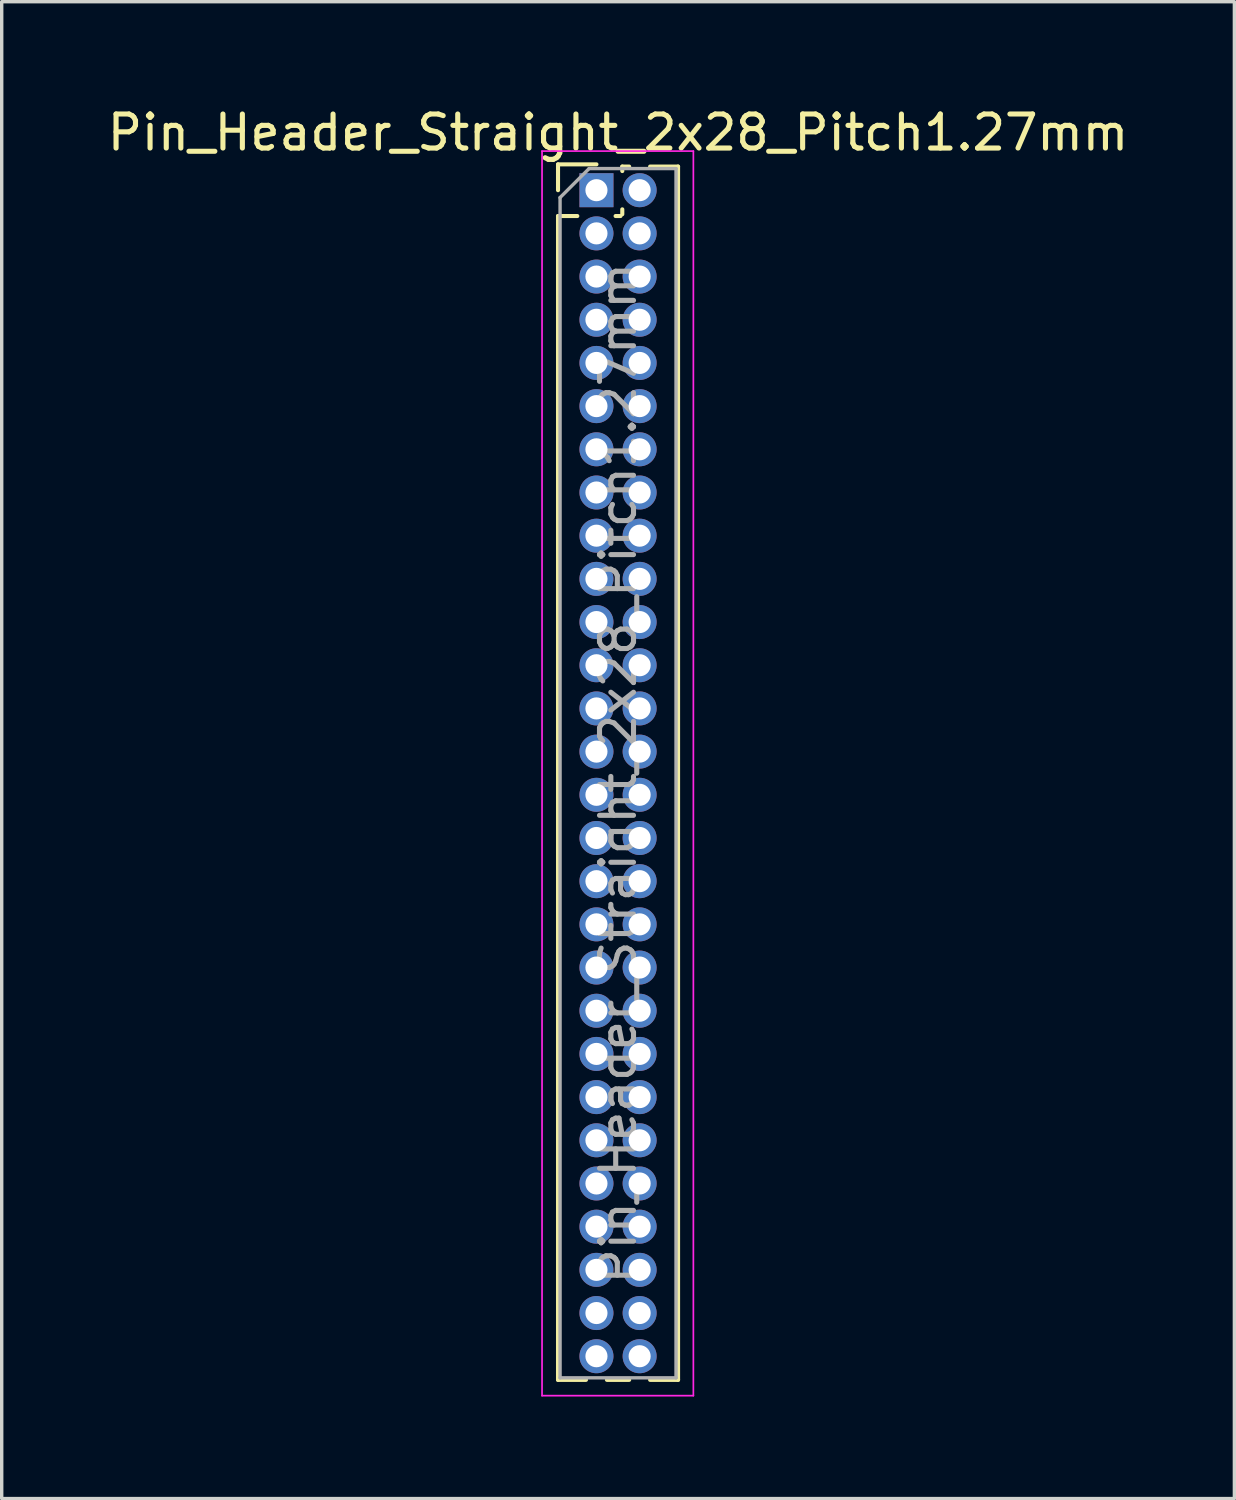
<source format=kicad_pcb>
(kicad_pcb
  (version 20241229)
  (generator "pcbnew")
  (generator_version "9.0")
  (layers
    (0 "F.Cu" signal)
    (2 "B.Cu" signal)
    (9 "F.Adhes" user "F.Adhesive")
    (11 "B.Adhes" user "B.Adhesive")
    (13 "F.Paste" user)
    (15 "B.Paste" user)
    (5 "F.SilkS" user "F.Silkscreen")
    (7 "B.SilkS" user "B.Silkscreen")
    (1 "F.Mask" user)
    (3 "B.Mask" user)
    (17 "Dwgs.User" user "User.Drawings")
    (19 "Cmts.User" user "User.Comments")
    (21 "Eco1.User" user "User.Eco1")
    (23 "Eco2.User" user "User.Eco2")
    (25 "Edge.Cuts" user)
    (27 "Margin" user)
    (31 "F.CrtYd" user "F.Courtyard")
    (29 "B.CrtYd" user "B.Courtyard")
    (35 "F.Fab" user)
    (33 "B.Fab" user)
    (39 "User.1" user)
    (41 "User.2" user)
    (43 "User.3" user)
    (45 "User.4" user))
  (footprint "Pin_Header_Straight_2x28_Pitch1.27mm"
    (layer "F.Cu")
    (at 14.49 2.543)
    (property "Reference" "Pin_Header_Straight_2x28_Pitch1.27mm" (at 0.635 -1.695 0) (layer "F.SilkS") (effects (font (size 1 1) (thickness 0.15))))
    (attr through_hole)
    (fp_line (start -1.13 -0.76) (end 0 -0.76) (stroke (width 0.12) (type solid)) (layer "F.SilkS"))
    (fp_line (start -1.13 0) (end -1.13 -0.76) (stroke (width 0.12) (type solid)) (layer "F.SilkS"))
    (fp_line (start -1.13 0.76) (end -1.13 34.985) (stroke (width 0.12) (type solid)) (layer "F.SilkS"))
    (fp_line (start -1.13 0.76) (end -0.563 0.76) (stroke (width 0.12) (type solid)) (layer "F.SilkS"))
    (fp_line (start -1.13 34.985) (end -0.308 34.985) (stroke (width 0.12) (type solid)) (layer "F.SilkS"))
    (fp_line (start 0.308 34.985) (end 0.962 34.985) (stroke (width 0.12) (type solid)) (layer "F.SilkS"))
    (fp_line (start 0.563 0.76) (end 0.707 0.76) (stroke (width 0.12) (type solid)) (layer "F.SilkS"))
    (fp_line (start 0.76 -0.695) (end 0.962 -0.695) (stroke (width 0.12) (type solid)) (layer "F.SilkS"))
    (fp_line (start 0.76 -0.563) (end 0.76 -0.695) (stroke (width 0.12) (type solid)) (layer "F.SilkS"))
    (fp_line (start 0.76 0.707) (end 0.76 0.563) (stroke (width 0.12) (type solid)) (layer "F.SilkS"))
    (fp_line (start 1.578 -0.695) (end 2.4 -0.695) (stroke (width 0.12) (type solid)) (layer "F.SilkS"))
    (fp_line (start 1.578 34.985) (end 2.4 34.985) (stroke (width 0.12) (type solid)) (layer "F.SilkS"))
    (fp_line (start 2.4 -0.695) (end 2.4 34.985) (stroke (width 0.12) (type solid)) (layer "F.SilkS"))
    (fp_line (start -1.6 -1.15) (end -1.6 35.45) (stroke (width 0.05) (type solid)) (layer "F.CrtYd"))
    (fp_line (start -1.6 35.45) (end 2.85 35.45) (stroke (width 0.05) (type solid)) (layer "F.CrtYd"))
    (fp_line (start 2.85 -1.15) (end -1.6 -1.15) (stroke (width 0.05) (type solid)) (layer "F.CrtYd"))
    (fp_line (start 2.85 35.45) (end 2.85 -1.15) (stroke (width 0.05) (type solid)) (layer "F.CrtYd"))
    (fp_line (start -1.07 0.217) (end -0.217 -0.635) (stroke (width 0.1) (type solid)) (layer "F.Fab"))
    (fp_line (start -1.07 34.925) (end -1.07 0.217) (stroke (width 0.1) (type solid)) (layer "F.Fab"))
    (fp_line (start -0.217 -0.635) (end 2.34 -0.635) (stroke (width 0.1) (type solid)) (layer "F.Fab"))
    (fp_line (start 2.34 -0.635) (end 2.34 34.925) (stroke (width 0.1) (type solid)) (layer "F.Fab"))
    (fp_line (start 2.34 34.925) (end -1.07 34.925) (stroke (width 0.1) (type solid)) (layer "F.Fab"))
    (fp_text user "${REFERENCE}" (at 0.635 17.145 90) (layer "F.Fab") (effects (font (size 1 1) (thickness 0.15))))
    (pad "1" thru_hole rect (at 0 0) (size 1 1) (drill 0.65) (layers "*.Cu" "*.Mask"))
    (pad "2" thru_hole oval (at 1.27 0) (size 1 1) (drill 0.65) (layers "*.Cu" "*.Mask"))
    (pad "3" thru_hole oval (at 0 1.27) (size 1 1) (drill 0.65) (layers "*.Cu" "*.Mask"))
    (pad "4" thru_hole oval (at 1.27 1.27) (size 1 1) (drill 0.65) (layers "*.Cu" "*.Mask"))
    (pad "5" thru_hole oval (at 0 2.54) (size 1 1) (drill 0.65) (layers "*.Cu" "*.Mask"))
    (pad "6" thru_hole oval (at 1.27 2.54) (size 1 1) (drill 0.65) (layers "*.Cu" "*.Mask"))
    (pad "7" thru_hole oval (at 0 3.81) (size 1 1) (drill 0.65) (layers "*.Cu" "*.Mask"))
    (pad "8" thru_hole oval (at 1.27 3.81) (size 1 1) (drill 0.65) (layers "*.Cu" "*.Mask"))
    (pad "9" thru_hole oval (at 0 5.08) (size 1 1) (drill 0.65) (layers "*.Cu" "*.Mask"))
    (pad "10" thru_hole oval (at 1.27 5.08) (size 1 1) (drill 0.65) (layers "*.Cu" "*.Mask"))
    (pad "11" thru_hole oval (at 0 6.35) (size 1 1) (drill 0.65) (layers "*.Cu" "*.Mask"))
    (pad "12" thru_hole oval (at 1.27 6.35) (size 1 1) (drill 0.65) (layers "*.Cu" "*.Mask"))
    (pad "13" thru_hole oval (at 0 7.62) (size 1 1) (drill 0.65) (layers "*.Cu" "*.Mask"))
    (pad "14" thru_hole oval (at 1.27 7.62) (size 1 1) (drill 0.65) (layers "*.Cu" "*.Mask"))
    (pad "15" thru_hole oval (at 0 8.89) (size 1 1) (drill 0.65) (layers "*.Cu" "*.Mask"))
    (pad "16" thru_hole oval (at 1.27 8.89) (size 1 1) (drill 0.65) (layers "*.Cu" "*.Mask"))
    (pad "17" thru_hole oval (at 0 10.16) (size 1 1) (drill 0.65) (layers "*.Cu" "*.Mask"))
    (pad "18" thru_hole oval (at 1.27 10.16) (size 1 1) (drill 0.65) (layers "*.Cu" "*.Mask"))
    (pad "19" thru_hole oval (at 0 11.43) (size 1 1) (drill 0.65) (layers "*.Cu" "*.Mask"))
    (pad "20" thru_hole oval (at 1.27 11.43) (size 1 1) (drill 0.65) (layers "*.Cu" "*.Mask"))
    (pad "21" thru_hole oval (at 0 12.7) (size 1 1) (drill 0.65) (layers "*.Cu" "*.Mask"))
    (pad "22" thru_hole oval (at 1.27 12.7) (size 1 1) (drill 0.65) (layers "*.Cu" "*.Mask"))
    (pad "23" thru_hole oval (at 0 13.97) (size 1 1) (drill 0.65) (layers "*.Cu" "*.Mask"))
    (pad "24" thru_hole oval (at 1.27 13.97) (size 1 1) (drill 0.65) (layers "*.Cu" "*.Mask"))
    (pad "25" thru_hole oval (at 0 15.24) (size 1 1) (drill 0.65) (layers "*.Cu" "*.Mask"))
    (pad "26" thru_hole oval (at 1.27 15.24) (size 1 1) (drill 0.65) (layers "*.Cu" "*.Mask"))
    (pad "27" thru_hole oval (at 0 16.51) (size 1 1) (drill 0.65) (layers "*.Cu" "*.Mask"))
    (pad "28" thru_hole oval (at 1.27 16.51) (size 1 1) (drill 0.65) (layers "*.Cu" "*.Mask"))
    (pad "29" thru_hole oval (at 0 17.78) (size 1 1) (drill 0.65) (layers "*.Cu" "*.Mask"))
    (pad "30" thru_hole oval (at 1.27 17.78) (size 1 1) (drill 0.65) (layers "*.Cu" "*.Mask"))
    (pad "31" thru_hole oval (at 0 19.05) (size 1 1) (drill 0.65) (layers "*.Cu" "*.Mask"))
    (pad "32" thru_hole oval (at 1.27 19.05) (size 1 1) (drill 0.65) (layers "*.Cu" "*.Mask"))
    (pad "33" thru_hole oval (at 0 20.32) (size 1 1) (drill 0.65) (layers "*.Cu" "*.Mask"))
    (pad "34" thru_hole oval (at 1.27 20.32) (size 1 1) (drill 0.65) (layers "*.Cu" "*.Mask"))
    (pad "35" thru_hole oval (at 0 21.59) (size 1 1) (drill 0.65) (layers "*.Cu" "*.Mask"))
    (pad "36" thru_hole oval (at 1.27 21.59) (size 1 1) (drill 0.65) (layers "*.Cu" "*.Mask"))
    (pad "37" thru_hole oval (at 0 22.86) (size 1 1) (drill 0.65) (layers "*.Cu" "*.Mask"))
    (pad "38" thru_hole oval (at 1.27 22.86) (size 1 1) (drill 0.65) (layers "*.Cu" "*.Mask"))
    (pad "39" thru_hole oval (at 0 24.13) (size 1 1) (drill 0.65) (layers "*.Cu" "*.Mask"))
    (pad "40" thru_hole oval (at 1.27 24.13) (size 1 1) (drill 0.65) (layers "*.Cu" "*.Mask"))
    (pad "41" thru_hole oval (at 0 25.4) (size 1 1) (drill 0.65) (layers "*.Cu" "*.Mask"))
    (pad "42" thru_hole oval (at 1.27 25.4) (size 1 1) (drill 0.65) (layers "*.Cu" "*.Mask"))
    (pad "43" thru_hole oval (at 0 26.67) (size 1 1) (drill 0.65) (layers "*.Cu" "*.Mask"))
    (pad "44" thru_hole oval (at 1.27 26.67) (size 1 1) (drill 0.65) (layers "*.Cu" "*.Mask"))
    (pad "45" thru_hole oval (at 0 27.94) (size 1 1) (drill 0.65) (layers "*.Cu" "*.Mask"))
    (pad "46" thru_hole oval (at 1.27 27.94) (size 1 1) (drill 0.65) (layers "*.Cu" "*.Mask"))
    (pad "47" thru_hole oval (at 0 29.21) (size 1 1) (drill 0.65) (layers "*.Cu" "*.Mask"))
    (pad "48" thru_hole oval (at 1.27 29.21) (size 1 1) (drill 0.65) (layers "*.Cu" "*.Mask"))
    (pad "49" thru_hole oval (at 0 30.48) (size 1 1) (drill 0.65) (layers "*.Cu" "*.Mask"))
    (pad "50" thru_hole oval (at 1.27 30.48) (size 1 1) (drill 0.65) (layers "*.Cu" "*.Mask"))
    (pad "51" thru_hole oval (at 0 31.75) (size 1 1) (drill 0.65) (layers "*.Cu" "*.Mask"))
    (pad "52" thru_hole oval (at 1.27 31.75) (size 1 1) (drill 0.65) (layers "*.Cu" "*.Mask"))
    (pad "53" thru_hole oval (at 0 33.02) (size 1 1) (drill 0.65) (layers "*.Cu" "*.Mask"))
    (pad "54" thru_hole oval (at 1.27 33.02) (size 1 1) (drill 0.65) (layers "*.Cu" "*.Mask"))
    (pad "55" thru_hole oval (at 0 34.29) (size 1 1) (drill 0.65) (layers "*.Cu" "*.Mask"))
    (pad "56" thru_hole oval (at 1.27 34.29) (size 1 1) (drill 0.65) (layers "*.Cu" "*.Mask")))
  (gr_rect
    (start -3 -3)
    (end 33.25 41.018)
    (stroke (width 0.1) (type default))
    (fill no)
    (layer "Edge.Cuts")))
</source>
